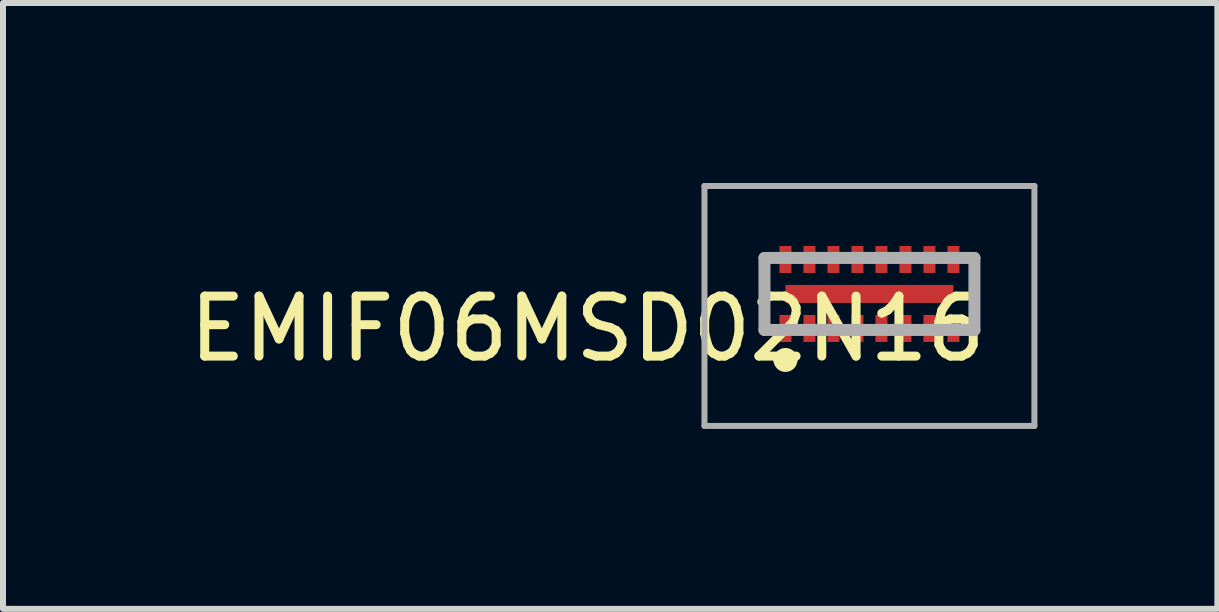
<source format=kicad_pcb>
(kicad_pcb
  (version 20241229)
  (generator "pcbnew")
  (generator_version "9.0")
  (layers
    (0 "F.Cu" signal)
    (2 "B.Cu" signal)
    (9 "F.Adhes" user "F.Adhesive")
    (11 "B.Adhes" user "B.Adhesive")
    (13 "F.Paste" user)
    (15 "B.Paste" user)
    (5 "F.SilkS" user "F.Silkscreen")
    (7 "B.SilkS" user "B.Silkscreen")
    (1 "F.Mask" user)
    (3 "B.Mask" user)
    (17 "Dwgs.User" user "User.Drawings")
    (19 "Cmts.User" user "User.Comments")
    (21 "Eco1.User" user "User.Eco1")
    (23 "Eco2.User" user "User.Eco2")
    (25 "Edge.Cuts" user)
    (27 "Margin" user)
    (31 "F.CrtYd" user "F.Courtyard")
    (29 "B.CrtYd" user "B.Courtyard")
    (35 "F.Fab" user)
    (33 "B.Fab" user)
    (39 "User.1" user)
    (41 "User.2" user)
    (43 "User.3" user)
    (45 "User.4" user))
  (footprint "EMIF06MSD02N16"
    (layer "F.Cu")
    (at 11.443 2.05)
    (property "Reference" "EMIF06MSD02N16" (at -4.699 0.381 180) (layer "F.SilkS") (effects (font (size 1 1) (thickness 0.15))))
    (attr smd)
    (fp_line (start -1.75 -0.8) (end -1.75 0.4) (stroke (width 0.1) (type solid)) (layer "F.SilkS"))
    (fp_line (start 1.75 -0.8) (end 1.75 0.4) (stroke (width 0.1) (type solid)) (layer "F.SilkS"))
    (fp_arc (start -1.5 0.9) (mid -1.4 0.8) (end -1.3 0.9) (stroke (width 0.2) (type solid)) (layer "F.SilkS"))
    (fp_arc (start -1.3 0.9) (mid -1.4 1) (end -1.5 0.9) (stroke (width 0.2) (type solid)) (layer "F.SilkS"))
    (fp_line (start -2.75 -2) (end 2.75 -2) (stroke (width 0.1) (type solid)) (layer "F.Fab"))
    (fp_line (start -2.75 2) (end -2.75 -2) (stroke (width 0.1) (type solid)) (layer "F.Fab"))
    (fp_line (start -1.75 -0.8) (end 1.75 -0.8) (stroke (width 0.2) (type solid)) (layer "F.Fab"))
    (fp_line (start -1.75 0.4) (end -1.75 -0.8) (stroke (width 0.2) (type solid)) (layer "F.Fab"))
    (fp_line (start 1.75 -0.8) (end 1.75 0.4) (stroke (width 0.2) (type solid)) (layer "F.Fab"))
    (fp_line (start 1.75 0.4) (end -1.75 0.4) (stroke (width 0.2) (type solid)) (layer "F.Fab"))
    (fp_line (start 2.75 -2) (end 2.75 2) (stroke (width 0.1) (type solid)) (layer "F.Fab"))
    (fp_line (start 2.75 2) (end -2.75 2) (stroke (width 0.1) (type solid)) (layer "F.Fab"))
    (pad "1" smd rect (at -1.4 0.375) (size 0.2 0.45) (layers "F.Cu" "F.Mask" "F.Paste"))
    (pad "2" smd rect (at -1 0.375) (size 0.2 0.45) (layers "F.Cu" "F.Mask" "F.Paste"))
    (pad "3" smd rect (at -0.6 0.375) (size 0.2 0.45) (layers "F.Cu" "F.Mask" "F.Paste"))
    (pad "4" smd rect (at -0.2 0.375) (size 0.2 0.45) (layers "F.Cu" "F.Mask" "F.Paste"))
    (pad "5" smd rect (at 0.2 0.375) (size 0.2 0.45) (layers "F.Cu" "F.Mask" "F.Paste"))
    (pad "6" smd rect (at 0.6 0.375) (size 0.2 0.45) (layers "F.Cu" "F.Mask" "F.Paste"))
    (pad "7" smd rect (at 1 0.375) (size 0.2 0.45) (layers "F.Cu" "F.Mask" "F.Paste"))
    (pad "8" smd rect (at 1.4 0.375) (size 0.2 0.45) (layers "F.Cu" "F.Mask" "F.Paste"))
    (pad "9" smd rect (at 1.4 -0.775) (size 0.2 0.45) (layers "F.Cu" "F.Mask" "F.Paste"))
    (pad "10" smd rect (at 1 -0.775) (size 0.2 0.45) (layers "F.Cu" "F.Mask" "F.Paste"))
    (pad "11" smd rect (at 0.6 -0.775) (size 0.2 0.45) (layers "F.Cu" "F.Mask" "F.Paste"))
    (pad "12" smd rect (at 0.2 -0.775) (size 0.2 0.45) (layers "F.Cu" "F.Mask" "F.Paste"))
    (pad "13" smd rect (at -0.2 -0.775) (size 0.2 0.45) (layers "F.Cu" "F.Mask" "F.Paste"))
    (pad "14" smd rect (at -0.6 -0.775) (size 0.2 0.45) (layers "F.Cu" "F.Mask" "F.Paste"))
    (pad "15" smd rect (at -1 -0.775) (size 0.2 0.45) (layers "F.Cu" "F.Mask" "F.Paste"))
    (pad "16" smd rect (at -1.4 -0.775) (size 0.2 0.45) (layers "F.Cu" "F.Mask" "F.Paste"))
    (pad "17" smd rect (at 0 -0.2) (size 2.8 0.3) (layers "F.Cu" "F.Mask" "F.Paste")))
  (gr_rect
    (start -3 -3)
    (end 17.243 7.1)
    (stroke (width 0.1) (type default))
    (fill no)
    (layer "Edge.Cuts")))
</source>
